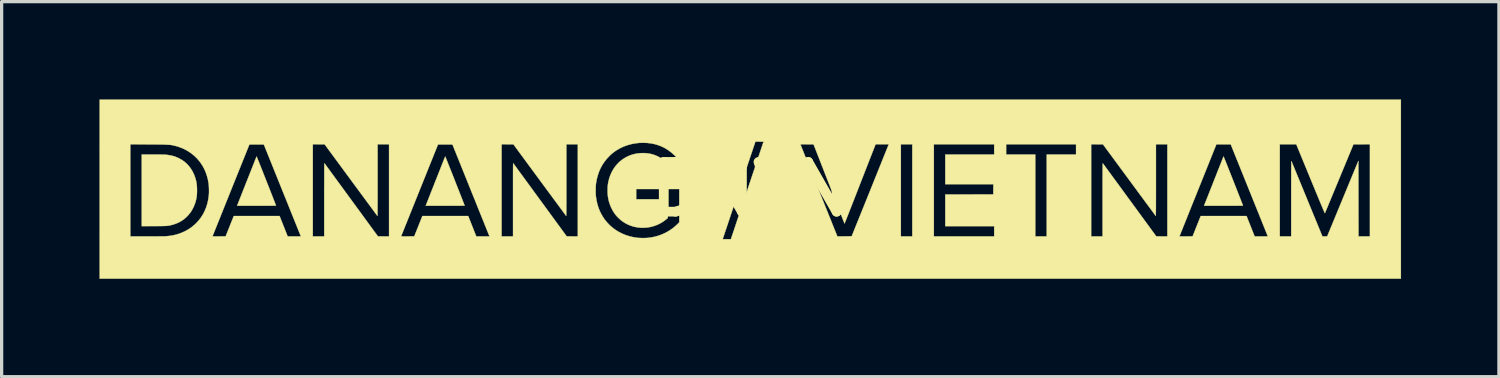
<source format=kicad_pcb>
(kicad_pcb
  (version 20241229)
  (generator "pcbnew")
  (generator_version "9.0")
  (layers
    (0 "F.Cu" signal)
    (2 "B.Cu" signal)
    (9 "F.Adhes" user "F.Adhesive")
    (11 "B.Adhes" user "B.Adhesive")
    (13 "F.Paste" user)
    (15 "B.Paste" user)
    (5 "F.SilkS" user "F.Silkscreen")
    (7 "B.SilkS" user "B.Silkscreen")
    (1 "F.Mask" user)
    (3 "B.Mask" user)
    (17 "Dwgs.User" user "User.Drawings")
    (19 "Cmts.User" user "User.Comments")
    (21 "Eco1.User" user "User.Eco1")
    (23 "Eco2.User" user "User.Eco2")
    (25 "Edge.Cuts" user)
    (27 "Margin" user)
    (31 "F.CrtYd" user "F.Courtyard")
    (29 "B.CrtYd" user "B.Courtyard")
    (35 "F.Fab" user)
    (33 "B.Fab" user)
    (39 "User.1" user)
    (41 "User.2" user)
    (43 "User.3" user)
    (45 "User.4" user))
  (footprint "DNVN"
    (layer "F.Cu")
    (at 19.943 2.748)
    (property "Reference" "DNVN" (at 0 0 0) (layer "F.SilkS") (effects (font (size 1.524 1.524) (thickness 0.3))))
    (attr through_hole)
    (fp_poly (pts (xy -18.239 -1.062) (xy -18.177 -1.061) (xy -18.12 -1.061) (xy -18.067 -1.061) (xy -18.02 -1.06) (xy -17.979 -1.059) (xy -17.946 -1.058) (xy -17.922 -1.057) (xy -17.907 -1.057) (xy -17.906 -1.056) (xy -17.798 -1.041) (xy -17.695 -1.018) (xy -17.598 -0.986) (xy -17.506 -0.946) (xy -17.421 -0.898) (xy -17.342 -0.843) (xy -17.269 -0.78) (xy -17.204 -0.709) (xy -17.145 -0.632) (xy -17.093 -0.547) (xy -17.048 -0.455) (xy -17.013 -0.361) (xy -16.993 -0.293) (xy -16.977 -0.227) (xy -16.966 -0.16) (xy -16.959 -0.089) (xy -16.955 -0.013) (xy -16.955 0.036) (xy -16.956 0.107) (xy -16.959 0.171) (xy -16.965 0.229) (xy -16.975 0.286) (xy -16.988 0.342) (xy -17.004 0.401) (xy -17.013 0.429) (xy -17.05 0.526) (xy -17.095 0.616) (xy -17.147 0.701) (xy -17.207 0.779) (xy -17.274 0.85) (xy -17.347 0.914) (xy -17.426 0.97) (xy -17.512 1.018) (xy -17.603 1.058) (xy -17.699 1.089) (xy -17.721 1.095) (xy -17.746 1.101) (xy -17.768 1.106) (xy -17.788 1.111) (xy -17.808 1.115) (xy -17.828 1.118) (xy -17.848 1.121) (xy -17.87 1.124) (xy -17.895 1.126) (xy -17.924 1.127) (xy -17.956 1.128) (xy -17.994 1.129) (xy -18.038 1.13) (xy -18.089 1.13) (xy -18.148 1.131) (xy -18.215 1.131) (xy -18.271 1.131) (xy -18.649 1.133) (xy -18.649 -1.062) (xy -18.304 -1.062) (xy -18.239 -1.062)) (stroke (width 0.01) (type solid)) (fill yes) (layer "F.SilkS"))
    (fp_poly (pts (xy -15.126 -0.998) (xy -15.121 -0.985) (xy -15.112 -0.963) (xy -15.1 -0.934) (xy -15.086 -0.898) (xy -15.068 -0.856) (xy -15.049 -0.808) (xy -15.028 -0.754) (xy -15.005 -0.696) (xy -14.98 -0.634) (xy -14.954 -0.569) (xy -14.927 -0.501) (xy -14.9 -0.431) (xy -14.871 -0.359) (xy -14.842 -0.286) (xy -14.814 -0.213) (xy -14.785 -0.14) (xy -14.757 -0.069) (xy -14.729 0.002) (xy -14.702 0.07) (xy -14.677 0.135) (xy -14.652 0.197) (xy -14.63 0.255) (xy -14.609 0.309) (xy -14.59 0.357) (xy -14.573 0.4) (xy -14.559 0.436) (xy -14.548 0.465) (xy -14.54 0.487) (xy -14.535 0.5) (xy -14.534 0.504) (xy -14.539 0.505) (xy -14.553 0.505) (xy -14.577 0.506) (xy -14.608 0.506) (xy -14.648 0.506) (xy -14.694 0.507) (xy -14.747 0.507) (xy -14.805 0.507) (xy -14.869 0.508) (xy -14.937 0.508) (xy -15.009 0.508) (xy -15.085 0.508) (xy -15.13 0.508) (xy -15.726 0.508) (xy -15.642 0.293) (xy -15.628 0.259) (xy -15.611 0.216) (xy -15.591 0.165) (xy -15.568 0.108) (xy -15.544 0.046) (xy -15.517 -0.022) (xy -15.489 -0.093) (xy -15.46 -0.167) (xy -15.43 -0.243) (xy -15.399 -0.32) (xy -15.369 -0.396) (xy -15.344 -0.46) (xy -15.316 -0.53) (xy -15.289 -0.598) (xy -15.264 -0.663) (xy -15.24 -0.724) (xy -15.217 -0.78) (xy -15.197 -0.832) (xy -15.179 -0.878) (xy -15.163 -0.917) (xy -15.15 -0.95) (xy -15.139 -0.975) (xy -15.132 -0.993) (xy -15.129 -1.001) (xy -15.128 -1.002) (xy -15.126 -0.998)) (stroke (width 0.01) (type solid)) (fill yes) (layer "F.SilkS"))
    (fp_poly (pts (xy -9.345 -0.998) (xy -9.34 -0.985) (xy -9.331 -0.963) (xy -9.319 -0.934) (xy -9.304 -0.898) (xy -9.287 -0.856) (xy -9.268 -0.808) (xy -9.247 -0.754) (xy -9.224 -0.696) (xy -9.199 -0.634) (xy -9.173 -0.569) (xy -9.146 -0.501) (xy -9.118 -0.431) (xy -9.09 -0.359) (xy -9.061 -0.286) (xy -9.033 -0.213) (xy -9.004 -0.14) (xy -8.976 -0.069) (xy -8.948 0.002) (xy -8.921 0.07) (xy -8.896 0.135) (xy -8.871 0.197) (xy -8.849 0.255) (xy -8.828 0.309) (xy -8.809 0.357) (xy -8.792 0.4) (xy -8.778 0.436) (xy -8.767 0.465) (xy -8.759 0.487) (xy -8.754 0.5) (xy -8.753 0.504) (xy -8.758 0.505) (xy -8.772 0.505) (xy -8.796 0.506) (xy -8.827 0.506) (xy -8.867 0.506) (xy -8.913 0.507) (xy -8.966 0.507) (xy -9.024 0.507) (xy -9.088 0.508) (xy -9.156 0.508) (xy -9.228 0.508) (xy -9.304 0.508) (xy -9.349 0.508) (xy -9.945 0.508) (xy -9.86 0.293) (xy -9.847 0.259) (xy -9.83 0.216) (xy -9.81 0.165) (xy -9.787 0.108) (xy -9.763 0.046) (xy -9.736 -0.022) (xy -9.708 -0.093) (xy -9.679 -0.167) (xy -9.649 -0.243) (xy -9.618 -0.32) (xy -9.588 -0.396) (xy -9.563 -0.46) (xy -9.535 -0.53) (xy -9.508 -0.598) (xy -9.483 -0.663) (xy -9.459 -0.724) (xy -9.436 -0.78) (xy -9.416 -0.832) (xy -9.398 -0.878) (xy -9.382 -0.917) (xy -9.369 -0.95) (xy -9.358 -0.975) (xy -9.351 -0.993) (xy -9.348 -1.001) (xy -9.347 -1.002) (xy -9.345 -0.998)) (stroke (width 0.01) (type solid)) (fill yes) (layer "F.SilkS"))
    (fp_poly (pts (xy 14.511 -0.998) (xy 14.516 -0.985) (xy 14.525 -0.963) (xy 14.537 -0.934) (xy 14.551 -0.898) (xy 14.568 -0.856) (xy 14.588 -0.808) (xy 14.609 -0.754) (xy 14.632 -0.696) (xy 14.657 -0.634) (xy 14.682 -0.569) (xy 14.709 -0.501) (xy 14.737 -0.431) (xy 14.766 -0.359) (xy 14.794 -0.286) (xy 14.823 -0.213) (xy 14.852 -0.14) (xy 14.88 -0.069) (xy 14.908 0.002) (xy 14.934 0.07) (xy 14.96 0.135) (xy 14.984 0.197) (xy 15.007 0.255) (xy 15.028 0.309) (xy 15.047 0.357) (xy 15.063 0.4) (xy 15.077 0.436) (xy 15.089 0.465) (xy 15.097 0.487) (xy 15.102 0.5) (xy 15.103 0.504) (xy 15.098 0.505) (xy 15.083 0.505) (xy 15.06 0.506) (xy 15.028 0.506) (xy 14.989 0.506) (xy 14.943 0.507) (xy 14.89 0.507) (xy 14.831 0.507) (xy 14.768 0.508) (xy 14.699 0.508) (xy 14.627 0.508) (xy 14.552 0.508) (xy 14.507 0.508) (xy 13.91 0.508) (xy 13.995 0.293) (xy 14.009 0.259) (xy 14.026 0.216) (xy 14.046 0.165) (xy 14.068 0.108) (xy 14.093 0.046) (xy 14.12 -0.022) (xy 14.148 -0.093) (xy 14.177 -0.167) (xy 14.207 -0.243) (xy 14.237 -0.32) (xy 14.268 -0.396) (xy 14.293 -0.46) (xy 14.32 -0.53) (xy 14.347 -0.598) (xy 14.373 -0.663) (xy 14.397 -0.724) (xy 14.419 -0.78) (xy 14.44 -0.832) (xy 14.458 -0.878) (xy 14.474 -0.917) (xy 14.487 -0.95) (xy 14.497 -0.975) (xy 14.504 -0.993) (xy 14.508 -1.001) (xy 14.508 -1.002) (xy 14.511 -0.998)) (stroke (width 0.01) (type solid)) (fill yes) (layer "F.SilkS"))
    (fp_poly (pts (xy 19.943 0) (xy 19.943 2.743) (xy -19.938 2.743) (xy -19.938 1.532) (xy -0.843 1.532) (xy -0.838 1.533) (xy -0.825 1.533) (xy -0.804 1.534) (xy -0.777 1.534) (xy -0.745 1.534) (xy -0.718 1.534) (xy -0.592 1.534) (xy 0.382 -1.374) (xy 1.539 -1.374) (xy 1.541 -1.369) (xy 1.547 -1.355) (xy 1.555 -1.333) (xy 1.568 -1.303) (xy 1.583 -1.265) (xy 1.601 -1.219) (xy 1.622 -1.167) (xy 1.645 -1.109) (xy 1.671 -1.045) (xy 1.699 -0.975) (xy 1.729 -0.901) (xy 1.76 -0.822) (xy 1.794 -0.739) (xy 1.828 -0.652) (xy 1.864 -0.562) (xy 1.901 -0.47) (xy 1.94 -0.375) (xy 1.978 -0.278) (xy 2.018 -0.18) (xy 2.057 -0.081) (xy 2.097 0.019) (xy 2.137 0.118) (xy 2.177 0.218) (xy 2.217 0.316) (xy 2.256 0.413) (xy 2.294 0.508) (xy 2.331 0.602) (xy 2.368 0.692) (xy 2.403 0.78) (xy 2.436 0.863) (xy 2.469 0.943) (xy 2.499 1.019) (xy 2.527 1.09) (xy 2.554 1.155) (xy 2.577 1.215) (xy 2.599 1.268) (xy 2.618 1.315) (xy 2.634 1.354) (xy 2.647 1.386) (xy 2.656 1.411) (xy 2.663 1.426) (xy 2.665 1.431) (xy 2.672 1.448) (xy 2.891 1.447) (xy 3.11 1.445) (xy 3.679 0.036) (xy 3.725 -0.079) (xy 3.77 -0.191) (xy 3.814 -0.301) (xy 3.857 -0.407) (xy 3.898 -0.509) (xy 3.938 -0.608) (xy 3.976 -0.703) (xy 4.012 -0.792) (xy 4.046 -0.877) (xy 4.078 -0.957) (xy 4.108 -1.03) (xy 4.135 -1.098) (xy 4.16 -1.159) (xy 4.182 -1.213) (xy 4.201 -1.261) (xy 4.217 -1.3) (xy 4.229 -1.332) (xy 4.239 -1.355) (xy 4.245 -1.37) (xy 4.247 -1.375) (xy 4.247 -1.375) (xy 4.242 -1.376) (xy 4.228 -1.376) (xy 4.206 -1.376) (xy 4.177 -1.376) (xy 4.142 -1.376) (xy 4.103 -1.377) (xy 4.06 -1.377) (xy 4.045 -1.377) (xy 3.843 -1.376) (xy 3.368 -0.16) (xy 3.327 -0.053) (xy 3.286 0.051) (xy 3.247 0.152) (xy 3.208 0.25) (xy 3.172 0.344) (xy 3.136 0.434) (xy 3.103 0.52) (xy 3.071 0.6) (xy 3.041 0.676) (xy 3.014 0.746) (xy 2.989 0.809) (xy 2.966 0.867) (xy 2.947 0.917) (xy 2.929 0.96) (xy 2.915 0.996) (xy 2.904 1.023) (xy 2.897 1.042) (xy 2.892 1.053) (xy 2.892 1.054) (xy 2.89 1.049) (xy 2.884 1.035) (xy 2.875 1.013) (xy 2.863 0.982) (xy 2.848 0.943) (xy 2.829 0.897) (xy 2.809 0.844) (xy 2.785 0.784) (xy 2.759 0.717) (xy 2.731 0.645) (xy 2.7 0.567) (xy 2.668 0.485) (xy 2.634 0.397) (xy 2.598 0.305) (xy 2.56 0.21) (xy 2.522 0.11) (xy 2.482 0.008) (xy 2.441 -0.097) (xy 2.416 -0.161) (xy 1.942 -1.374) (xy 1.741 -1.375) (xy 1.697 -1.376) (xy 1.656 -1.376) (xy 1.619 -1.376) (xy 1.589 -1.375) (xy 1.564 -1.375) (xy 1.548 -1.375) (xy 1.54 -1.374) (xy 1.539 -1.374) (xy 0.382 -1.374) (xy 0.383 -1.377) (xy 4.618 -1.377) (xy 4.618 1.448) (xy 4.968 1.448) (xy 4.968 -1.377) (xy 5.629 -1.377) (xy 5.629 1.448) (xy 7.478 1.448) (xy 7.478 1.133) (xy 5.979 1.133) (xy 5.979 0.163) (xy 7.45 0.16) (xy 7.453 -0.152) (xy 5.979 -0.152) (xy 5.979 -1.062) (xy 7.478 -1.062) (xy 7.478 -1.377) (xy 7.844 -1.377) (xy 7.844 -1.062) (xy 8.738 -1.062) (xy 8.738 1.448) (xy 9.088 1.448) (xy 10.45 1.448) (xy 10.8 1.448) (xy 10.8 0.324) (xy 10.8 0.197) (xy 10.8 0.08) (xy 10.8 -0.028) (xy 10.8 -0.127) (xy 10.8 -0.217) (xy 10.8 -0.299) (xy 10.8 -0.374) (xy 10.801 -0.44) (xy 10.801 -0.499) (xy 10.801 -0.552) (xy 10.801 -0.598) (xy 10.802 -0.639) (xy 10.802 -0.673) (xy 10.802 -0.702) (xy 10.803 -0.727) (xy 10.803 -0.747) (xy 10.804 -0.762) (xy 10.804 -0.774) (xy 10.805 -0.783) (xy 10.806 -0.789) (xy 10.806 -0.792) (xy 10.807 -0.792) (xy 10.807 -0.792) (xy 10.811 -0.788) (xy 10.82 -0.775) (xy 10.835 -0.755) (xy 10.855 -0.728) (xy 10.88 -0.694) (xy 10.91 -0.653) (xy 10.945 -0.606) (xy 10.983 -0.553) (xy 11.026 -0.495) (xy 11.072 -0.432) (xy 11.122 -0.363) (xy 11.176 -0.291) (xy 11.232 -0.214) (xy 11.291 -0.133) (xy 11.353 -0.049) (xy 11.417 0.039) (xy 11.483 0.129) (xy 11.55 0.222) (xy 11.62 0.317) (xy 11.63 0.33) (xy 12.445 1.445) (xy 12.615 1.447) (xy 12.786 1.448) (xy 12.786 1.444) (xy 13.157 1.444) (xy 13.162 1.445) (xy 13.176 1.446) (xy 13.198 1.446) (xy 13.227 1.447) (xy 13.262 1.447) (xy 13.301 1.447) (xy 13.344 1.447) (xy 13.358 1.447) (xy 13.56 1.445) (xy 13.808 0.823) (xy 15.213 0.823) (xy 15.461 1.448) (xy 15.663 1.448) (xy 15.707 1.448) (xy 15.748 1.448) (xy 15.784 1.448) (xy 15.815 1.447) (xy 15.84 1.447) (xy 15.856 1.447) (xy 15.864 1.447) (xy 15.865 1.447) (xy 15.863 1.442) (xy 15.857 1.428) (xy 15.848 1.405) (xy 15.836 1.375) (xy 15.82 1.336) (xy 15.802 1.289) (xy 15.78 1.236) (xy 15.756 1.175) (xy 15.729 1.108) (xy 15.699 1.035) (xy 15.668 0.956) (xy 15.634 0.872) (xy 15.598 0.783) (xy 15.56 0.689) (xy 15.52 0.59) (xy 15.479 0.488) (xy 15.436 0.382) (xy 15.392 0.273) (xy 15.347 0.161) (xy 15.301 0.047) (xy 15.297 0.036) (xy 14.728 -1.374) (xy 14.288 -1.374) (xy 13.723 0.033) (xy 13.677 0.148) (xy 13.632 0.26) (xy 13.588 0.369) (xy 13.545 0.475) (xy 13.504 0.578) (xy 13.464 0.677) (xy 13.427 0.771) (xy 13.391 0.861) (xy 13.357 0.946) (xy 13.325 1.025) (xy 13.295 1.099) (xy 13.268 1.167) (xy 13.244 1.228) (xy 13.222 1.282) (xy 13.203 1.329) (xy 13.187 1.369) (xy 13.175 1.4) (xy 13.165 1.424) (xy 13.16 1.438) (xy 13.157 1.444) (xy 13.157 1.444) (xy 12.786 1.444) (xy 12.786 -1.377) (xy 16.231 -1.377) (xy 16.231 1.448) (xy 16.581 1.448) (xy 16.581 0.288) (xy 16.581 0.157) (xy 16.581 0.036) (xy 16.581 -0.075) (xy 16.582 -0.178) (xy 16.582 -0.271) (xy 16.582 -0.357) (xy 16.582 -0.434) (xy 16.582 -0.503) (xy 16.582 -0.565) (xy 16.583 -0.62) (xy 16.583 -0.668) (xy 16.583 -0.71) (xy 16.584 -0.746) (xy 16.584 -0.777) (xy 16.584 -0.801) (xy 16.585 -0.821) (xy 16.585 -0.837) (xy 16.586 -0.848) (xy 16.587 -0.855) (xy 16.587 -0.858) (xy 16.588 -0.859) (xy 16.588 -0.859) (xy 16.591 -0.853) (xy 16.597 -0.838) (xy 16.607 -0.815) (xy 16.62 -0.783) (xy 16.636 -0.744) (xy 16.655 -0.697) (xy 16.677 -0.644) (xy 16.702 -0.583) (xy 16.729 -0.517) (xy 16.759 -0.445) (xy 16.791 -0.368) (xy 16.825 -0.286) (xy 16.861 -0.199) (xy 16.898 -0.108) (xy 16.937 -0.014) (xy 16.977 0.084) (xy 17.018 0.184) (xy 17.061 0.287) (xy 17.066 0.301) (xy 17.538 1.448) (xy 17.612 1.447) (xy 17.685 1.445) (xy 18.163 0.288) (xy 18.641 -0.868) (xy 18.642 0.29) (xy 18.644 1.448) (xy 18.994 1.448) (xy 18.994 -1.377) (xy 18.742 -1.375) (xy 18.489 -1.374) (xy 18.054 -0.323) (xy 18.013 -0.224) (xy 17.973 -0.128) (xy 17.934 -0.034) (xy 17.897 0.056) (xy 17.861 0.142) (xy 17.827 0.225) (xy 17.795 0.302) (xy 17.764 0.375) (xy 17.736 0.442) (xy 17.711 0.504) (xy 17.688 0.559) (xy 17.668 0.608) (xy 17.65 0.649) (xy 17.636 0.683) (xy 17.625 0.709) (xy 17.618 0.726) (xy 17.614 0.735) (xy 17.614 0.736) (xy 17.612 0.733) (xy 17.606 0.721) (xy 17.597 0.701) (xy 17.584 0.673) (xy 17.568 0.635) (xy 17.549 0.59) (xy 17.526 0.535) (xy 17.499 0.472) (xy 17.469 0.399) (xy 17.435 0.318) (xy 17.398 0.228) (xy 17.357 0.129) (xy 17.312 0.02) (xy 17.263 -0.097) (xy 17.211 -0.224) (xy 17.173 -0.317) (xy 16.736 -1.377) (xy 16.483 -1.377) (xy 16.231 -1.377) (xy 12.786 -1.377) (xy 12.436 -1.377) (xy 12.436 -0.276) (xy 12.436 -0.147) (xy 12.436 -0.028) (xy 12.436 0.082) (xy 12.436 0.182) (xy 12.436 0.274) (xy 12.435 0.357) (xy 12.435 0.432) (xy 12.435 0.499) (xy 12.435 0.559) (xy 12.435 0.611) (xy 12.434 0.657) (xy 12.434 0.696) (xy 12.433 0.729) (xy 12.433 0.757) (xy 12.432 0.779) (xy 12.432 0.795) (xy 12.431 0.807) (xy 12.431 0.815) (xy 12.43 0.818) (xy 12.43 0.819) (xy 12.426 0.814) (xy 12.417 0.802) (xy 12.402 0.782) (xy 12.382 0.755) (xy 12.357 0.721) (xy 12.327 0.68) (xy 12.292 0.634) (xy 12.254 0.581) (xy 12.211 0.523) (xy 12.164 0.46) (xy 12.114 0.393) (xy 12.061 0.32) (xy 12.005 0.244) (xy 11.945 0.164) (xy 11.884 0.08) (xy 11.82 -0.007) (xy 11.754 -0.096) (xy 11.686 -0.188) (xy 11.618 -0.281) (xy 10.812 -1.374) (xy 10.631 -1.375) (xy 10.45 -1.377) (xy 10.45 1.448) (xy 9.088 1.448) (xy 9.088 -1.062) (xy 9.987 -1.062) (xy 9.987 -1.377) (xy 7.844 -1.377) (xy 7.478 -1.377) (xy 5.629 -1.377) (xy 4.968 -1.377) (xy 4.618 -1.377) (xy 0.383 -1.377) (xy 0.41 -1.455) (xy 0.285 -1.457) (xy 0.251 -1.457) (xy 0.22 -1.457) (xy 0.194 -1.457) (xy 0.174 -1.457) (xy 0.162 -1.457) (xy 0.159 -1.456) (xy 0.158 -1.452) (xy 0.153 -1.438) (xy 0.145 -1.415) (xy 0.135 -1.384) (xy 0.122 -1.345) (xy 0.106 -1.298) (xy 0.088 -1.245) (xy 0.068 -1.185) (xy 0.046 -1.12) (xy 0.022 -1.048) (xy -0.004 -0.972) (xy -0.031 -0.89) (xy -0.06 -0.805) (xy -0.09 -0.715) (xy -0.121 -0.622) (xy -0.153 -0.527) (xy -0.186 -0.428) (xy -0.22 -0.328) (xy -0.254 -0.226) (xy -0.289 -0.123) (xy -0.323 -0.02) (xy -0.358 0.084) (xy -0.393 0.188) (xy -0.428 0.291) (xy -0.462 0.393) (xy -0.496 0.493) (xy -0.529 0.592) (xy -0.561 0.688) (xy -0.592 0.781) (xy -0.622 0.871) (xy -0.651 0.957) (xy -0.678 1.039) (xy -0.704 1.116) (xy -0.728 1.188) (xy -0.751 1.254) (xy -0.771 1.315) (xy -0.789 1.369) (xy -0.805 1.416) (xy -0.818 1.456) (xy -0.828 1.488) (xy -0.836 1.511) (xy -0.841 1.527) (xy -0.843 1.532) (xy -0.843 1.532) (xy -19.938 1.532) (xy -19.938 1.448) (xy -18.999 1.448) (xy -13.406 1.448) (xy -13.056 1.448) (xy -13.056 0.324) (xy -13.056 0.197) (xy -13.056 0.08) (xy -13.056 -0.028) (xy -13.055 -0.127) (xy -13.055 -0.217) (xy -13.055 -0.299) (xy -13.055 -0.374) (xy -13.055 -0.44) (xy -13.055 -0.499) (xy -13.055 -0.552) (xy -13.054 -0.598) (xy -13.054 -0.639) (xy -13.054 -0.673) (xy -13.053 -0.702) (xy -13.053 -0.727) (xy -13.052 -0.747) (xy -13.052 -0.762) (xy -13.051 -0.774) (xy -13.051 -0.783) (xy -13.05 -0.789) (xy -13.049 -0.792) (xy -13.048 -0.792) (xy -13.048 -0.792) (xy -13.045 -0.788) (xy -13.035 -0.775) (xy -13.02 -0.755) (xy -13 -0.728) (xy -12.975 -0.694) (xy -12.945 -0.653) (xy -12.911 -0.606) (xy -12.872 -0.553) (xy -12.83 -0.495) (xy -12.783 -0.432) (xy -12.733 -0.363) (xy -12.68 -0.291) (xy -12.624 -0.214) (xy -12.565 -0.133) (xy -12.503 -0.049) (xy -12.439 0.039) (xy -12.373 0.129) (xy -12.305 0.222) (xy -12.236 0.317) (xy -12.226 0.33) (xy -11.411 1.445) (xy -11.24 1.447) (xy -11.069 1.448) (xy -11.069 1.448) (xy -7.62 1.448) (xy -7.269 1.448) (xy -7.269 0.324) (xy -7.269 0.197) (xy -7.269 0.08) (xy -7.269 -0.028) (xy -7.269 -0.127) (xy -7.269 -0.217) (xy -7.269 -0.299) (xy -7.269 -0.374) (xy -7.269 -0.44) (xy -7.269 -0.499) (xy -7.269 -0.552) (xy -7.268 -0.598) (xy -7.268 -0.639) (xy -7.268 -0.673) (xy -7.267 -0.702) (xy -7.267 -0.727) (xy -7.266 -0.747) (xy -7.266 -0.762) (xy -7.265 -0.774) (xy -7.265 -0.783) (xy -7.264 -0.789) (xy -7.263 -0.792) (xy -7.262 -0.792) (xy -7.262 -0.792) (xy -7.258 -0.788) (xy -7.249 -0.775) (xy -7.234 -0.755) (xy -7.214 -0.728) (xy -7.189 -0.694) (xy -7.159 -0.653) (xy -7.125 -0.606) (xy -7.086 -0.553) (xy -7.044 -0.495) (xy -6.997 -0.432) (xy -6.947 -0.363) (xy -6.894 -0.291) (xy -6.838 -0.214) (xy -6.778 -0.133) (xy -6.717 -0.049) (xy -6.653 0.039) (xy -6.587 0.129) (xy -6.519 0.222) (xy -6.45 0.317) (xy -6.44 0.33) (xy -5.625 1.445) (xy -5.454 1.447) (xy -5.283 1.448) (xy -5.283 0.05) (xy -4.737 0.05) (xy -4.736 0.097) (xy -4.735 0.142) (xy -4.733 0.18) (xy -4.731 0.212) (xy -4.73 0.216) (xy -4.711 0.339) (xy -4.685 0.456) (xy -4.651 0.566) (xy -4.609 0.672) (xy -4.559 0.772) (xy -4.501 0.869) (xy -4.455 0.935) (xy -4.382 1.024) (xy -4.303 1.107) (xy -4.216 1.182) (xy -4.123 1.25) (xy -4.025 1.311) (xy -3.921 1.363) (xy -3.812 1.408) (xy -3.699 1.444) (xy -3.582 1.471) (xy -3.462 1.49) (xy -3.454 1.491) (xy -3.415 1.494) (xy -3.368 1.496) (xy -3.317 1.498) (xy -3.265 1.498) (xy -3.216 1.497) (xy -3.171 1.495) (xy -3.145 1.493) (xy -3.022 1.477) (xy -2.902 1.452) (xy -2.786 1.417) (xy -2.673 1.373) (xy -2.565 1.32) (xy -2.462 1.259) (xy -2.364 1.19) (xy -2.272 1.112) (xy -2.23 1.072) (xy -2.174 1.016) (xy -2.174 -0.005) (xy -3.495 -0.005) (xy -3.495 0.31) (xy -2.525 0.31) (xy -2.525 0.883) (xy -2.572 0.923) (xy -2.655 0.986) (xy -2.744 1.041) (xy -2.838 1.088) (xy -2.935 1.125) (xy -3.036 1.154) (xy -3.14 1.173) (xy -3.245 1.182) (xy -3.251 1.182) (xy -3.358 1.181) (xy -3.462 1.17) (xy -3.563 1.15) (xy -3.661 1.12) (xy -3.756 1.081) (xy -3.846 1.032) (xy -3.932 0.975) (xy -3.933 0.974) (xy -3.96 0.953) (xy -3.991 0.925) (xy -4.024 0.895) (xy -4.057 0.863) (xy -4.087 0.832) (xy -4.112 0.803) (xy -4.116 0.799) (xy -4.171 0.724) (xy -4.221 0.642) (xy -4.266 0.554) (xy -4.302 0.462) (xy -4.332 0.369) (xy -4.333 0.361) (xy -4.347 0.303) (xy -4.357 0.247) (xy -4.364 0.191) (xy -4.369 0.132) (xy -4.371 0.067) (xy -4.371 0.046) (xy -4.37 -0.009) (xy -4.369 -0.057) (xy -4.366 -0.099) (xy -4.362 -0.14) (xy -4.355 -0.181) (xy -4.348 -0.221) (xy -4.322 -0.326) (xy -4.288 -0.426) (xy -4.246 -0.521) (xy -4.196 -0.61) (xy -4.14 -0.692) (xy -4.076 -0.768) (xy -4.007 -0.838) (xy -3.931 -0.9) (xy -3.85 -0.954) (xy -3.764 -1.001) (xy -3.673 -1.04) (xy -3.578 -1.07) (xy -3.479 -1.091) (xy -3.377 -1.104) (xy -3.271 -1.106) (xy -3.251 -1.106) (xy -3.192 -1.103) (xy -3.139 -1.097) (xy -3.087 -1.089) (xy -3.033 -1.077) (xy -3.02 -1.074) (xy -2.928 -1.046) (xy -2.839 -1.008) (xy -2.752 -0.962) (xy -2.67 -0.908) (xy -2.593 -0.848) (xy -2.523 -0.781) (xy -2.491 -0.745) (xy -2.466 -0.715) (xy -2.328 -0.801) (xy -2.294 -0.822) (xy -2.263 -0.841) (xy -2.237 -0.858) (xy -2.215 -0.872) (xy -2.199 -0.883) (xy -2.191 -0.889) (xy -2.189 -0.89) (xy -2.193 -0.896) (xy -2.202 -0.908) (xy -2.216 -0.925) (xy -2.233 -0.945) (xy -2.253 -0.967) (xy -2.274 -0.99) (xy -2.295 -1.012) (xy -2.315 -1.032) (xy -2.33 -1.047) (xy -2.418 -1.125) (xy -2.51 -1.194) (xy -2.606 -1.254) (xy -2.706 -1.305) (xy -2.81 -1.346) (xy -2.919 -1.379) (xy -3.032 -1.402) (xy -3.15 -1.417) (xy -3.273 -1.422) (xy -3.288 -1.422) (xy -3.411 -1.418) (xy -3.531 -1.403) (xy -3.65 -1.38) (xy -3.765 -1.348) (xy -3.877 -1.307) (xy -3.984 -1.257) (xy -4.085 -1.199) (xy -4.107 -1.185) (xy -4.151 -1.155) (xy -4.19 -1.127) (xy -4.226 -1.098) (xy -4.263 -1.066) (xy -4.303 -1.028) (xy -4.315 -1.016) (xy -4.396 -0.93) (xy -4.468 -0.839) (xy -4.532 -0.743) (xy -4.588 -0.64) (xy -4.635 -0.533) (xy -4.673 -0.419) (xy -4.704 -0.3) (xy -4.726 -0.175) (xy -4.728 -0.16) (xy -4.731 -0.129) (xy -4.733 -0.091) (xy -4.735 -0.046) (xy -4.736 0.001) (xy -4.737 0.05) (xy -5.283 0.05) (xy -5.283 -1.377) (xy -5.634 -1.377) (xy -5.634 -0.276) (xy -5.634 -0.147) (xy -5.634 -0.028) (xy -5.634 0.082) (xy -5.634 0.182) (xy -5.634 0.274) (xy -5.634 0.357) (xy -5.634 0.432) (xy -5.635 0.499) (xy -5.635 0.559) (xy -5.635 0.611) (xy -5.635 0.657) (xy -5.636 0.696) (xy -5.636 0.729) (xy -5.637 0.757) (xy -5.637 0.779) (xy -5.638 0.795) (xy -5.638 0.807) (xy -5.639 0.815) (xy -5.64 0.818) (xy -5.64 0.819) (xy -5.644 0.814) (xy -5.653 0.802) (xy -5.668 0.782) (xy -5.688 0.755) (xy -5.713 0.721) (xy -5.743 0.68) (xy -5.777 0.634) (xy -5.816 0.581) (xy -5.859 0.523) (xy -5.905 0.46) (xy -5.955 0.393) (xy -6.009 0.32) (xy -6.065 0.244) (xy -6.124 0.164) (xy -6.186 0.08) (xy -6.25 -0.007) (xy -6.316 -0.096) (xy -6.384 -0.188) (xy -6.452 -0.281) (xy -7.257 -1.374) (xy -7.439 -1.375) (xy -7.62 -1.377) (xy -7.62 1.448) (xy -11.069 1.448) (xy -11.069 1.444) (xy -10.698 1.444) (xy -10.693 1.445) (xy -10.679 1.446) (xy -10.658 1.446) (xy -10.629 1.447) (xy -10.594 1.447) (xy -10.555 1.447) (xy -10.511 1.447) (xy -10.497 1.447) (xy -10.296 1.445) (xy -10.047 0.823) (xy -8.643 0.823) (xy -8.395 1.448) (xy -8.193 1.448) (xy -8.149 1.448) (xy -8.108 1.448) (xy -8.071 1.448) (xy -8.04 1.447) (xy -8.016 1.447) (xy -7.999 1.447) (xy -7.991 1.447) (xy -7.991 1.447) (xy -7.993 1.442) (xy -7.998 1.428) (xy -8.007 1.405) (xy -8.02 1.375) (xy -8.035 1.336) (xy -8.054 1.289) (xy -8.076 1.236) (xy -8.1 1.175) (xy -8.127 1.108) (xy -8.156 1.035) (xy -8.188 0.956) (xy -8.222 0.872) (xy -8.258 0.783) (xy -8.296 0.689) (xy -8.336 0.59) (xy -8.377 0.488) (xy -8.419 0.382) (xy -8.463 0.273) (xy -8.509 0.161) (xy -8.555 0.047) (xy -8.559 0.036) (xy -9.127 -1.374) (xy -9.567 -1.374) (xy -10.133 0.033) (xy -10.179 0.148) (xy -10.224 0.26) (xy -10.268 0.369) (xy -10.31 0.475) (xy -10.352 0.578) (xy -10.391 0.677) (xy -10.429 0.771) (xy -10.465 0.861) (xy -10.499 0.946) (xy -10.531 1.025) (xy -10.561 1.099) (xy -10.588 1.167) (xy -10.612 1.228) (xy -10.634 1.282) (xy -10.653 1.329) (xy -10.669 1.369) (xy -10.681 1.4) (xy -10.69 1.424) (xy -10.696 1.438) (xy -10.698 1.444) (xy -10.698 1.444) (xy -11.069 1.444) (xy -11.069 -1.377) (xy -11.42 -1.377) (xy -11.42 -0.276) (xy -11.42 -0.147) (xy -11.42 -0.028) (xy -11.42 0.082) (xy -11.42 0.182) (xy -11.42 0.274) (xy -11.42 0.357) (xy -11.42 0.432) (xy -11.421 0.499) (xy -11.421 0.559) (xy -11.421 0.611) (xy -11.421 0.657) (xy -11.422 0.696) (xy -11.422 0.729) (xy -11.423 0.757) (xy -11.423 0.779) (xy -11.424 0.795) (xy -11.424 0.807) (xy -11.425 0.815) (xy -11.426 0.818) (xy -11.426 0.819) (xy -11.43 0.814) (xy -11.439 0.802) (xy -11.454 0.782) (xy -11.474 0.755) (xy -11.499 0.721) (xy -11.529 0.68) (xy -11.563 0.634) (xy -11.602 0.581) (xy -11.645 0.523) (xy -11.691 0.46) (xy -11.741 0.393) (xy -11.795 0.32) (xy -11.851 0.244) (xy -11.91 0.164) (xy -11.972 0.08) (xy -12.036 -0.007) (xy -12.102 -0.096) (xy -12.17 -0.188) (xy -12.238 -0.281) (xy -13.043 -1.374) (xy -13.225 -1.375) (xy -13.406 -1.377) (xy -13.406 1.448) (xy -18.999 1.448) (xy -18.472 1.448) (xy -18.386 1.448) (xy -18.305 1.448) (xy -18.23 1.447) (xy -18.16 1.447) (xy -18.097 1.446) (xy -18.04 1.446) (xy -17.992 1.445) (xy -17.951 1.445) (xy -17.922 1.444) (xy -16.479 1.444) (xy -16.474 1.445) (xy -16.461 1.446) (xy -16.439 1.446) (xy -16.41 1.447) (xy -16.375 1.447) (xy -16.336 1.447) (xy -16.292 1.447) (xy -16.278 1.447) (xy -16.077 1.445) (xy -15.828 0.823) (xy -14.424 0.823) (xy -14.176 1.448) (xy -13.974 1.448) (xy -13.93 1.448) (xy -13.889 1.448) (xy -13.852 1.448) (xy -13.821 1.447) (xy -13.797 1.447) (xy -13.78 1.447) (xy -13.772 1.447) (xy -13.772 1.447) (xy -13.774 1.442) (xy -13.779 1.428) (xy -13.788 1.405) (xy -13.801 1.375) (xy -13.816 1.336) (xy -13.835 1.289) (xy -13.857 1.236) (xy -13.881 1.175) (xy -13.908 1.108) (xy -13.937 1.035) (xy -13.969 0.956) (xy -14.003 0.872) (xy -14.039 0.783) (xy -14.077 0.689) (xy -14.117 0.59) (xy -14.158 0.488) (xy -14.2 0.382) (xy -14.244 0.273) (xy -14.29 0.161) (xy -14.336 0.047) (xy -14.34 0.036) (xy -14.908 -1.374) (xy -15.348 -1.374) (xy -15.914 0.033) (xy -15.96 0.148) (xy -16.005 0.26) (xy -16.049 0.369) (xy -16.091 0.475) (xy -16.133 0.578) (xy -16.172 0.677) (xy -16.21 0.771) (xy -16.246 0.861) (xy -16.28 0.946) (xy -16.312 1.025) (xy -16.342 1.099) (xy -16.369 1.167) (xy -16.393 1.228) (xy -16.415 1.282) (xy -16.434 1.329) (xy -16.45 1.369) (xy -16.462 1.4) (xy -16.471 1.424) (xy -16.477 1.438) (xy -16.479 1.444) (xy -16.479 1.444) (xy -17.922 1.444) (xy -17.919 1.444) (xy -17.896 1.443) (xy -17.884 1.442) (xy -17.758 1.427) (xy -17.637 1.403) (xy -17.521 1.371) (xy -17.41 1.329) (xy -17.304 1.28) (xy -17.204 1.222) (xy -17.11 1.156) (xy -17.021 1.081) (xy -16.986 1.048) (xy -16.907 0.963) (xy -16.837 0.873) (xy -16.776 0.777) (xy -16.723 0.676) (xy -16.678 0.569) (xy -16.642 0.457) (xy -16.614 0.34) (xy -16.596 0.218) (xy -16.591 0.168) (xy -16.588 0.129) (xy -16.587 0.084) (xy -16.587 0.034) (xy -16.588 -0.017) (xy -16.59 -0.068) (xy -16.593 -0.115) (xy -16.597 -0.156) (xy -16.599 -0.172) (xy -16.62 -0.293) (xy -16.651 -0.41) (xy -16.689 -0.522) (xy -16.737 -0.628) (xy -16.792 -0.729) (xy -16.857 -0.824) (xy -16.929 -0.913) (xy -16.982 -0.97) (xy -17.066 -1.047) (xy -17.156 -1.116) (xy -17.252 -1.178) (xy -17.354 -1.232) (xy -17.461 -1.277) (xy -17.572 -1.315) (xy -17.688 -1.343) (xy -17.691 -1.344) (xy -17.713 -1.348) (xy -17.733 -1.352) (xy -17.752 -1.356) (xy -17.77 -1.359) (xy -17.787 -1.362) (xy -17.806 -1.364) (xy -17.825 -1.366) (xy -17.847 -1.368) (xy -17.871 -1.369) (xy -17.898 -1.371) (xy -17.929 -1.372) (xy -17.965 -1.372) (xy -18.006 -1.373) (xy -18.053 -1.374) (xy -18.106 -1.374) (xy -18.167 -1.374) (xy -18.235 -1.375) (xy -18.312 -1.375) (xy -18.399 -1.375) (xy -18.434 -1.375) (xy -18.999 -1.377) (xy -18.999 1.448) (xy -19.938 1.448) (xy -19.938 0) (xy -19.938 -2.743) (xy 19.943 -2.743) (xy 19.943 0)) (stroke (width 0.01) (type solid)) (fill yes) (layer "F.SilkS")))
  (gr_rect
    (start -3 -3)
    (end 42.891 8.496)
    (stroke (width 0.1) (type default))
    (fill no)
    (layer "Edge.Cuts")))
</source>
